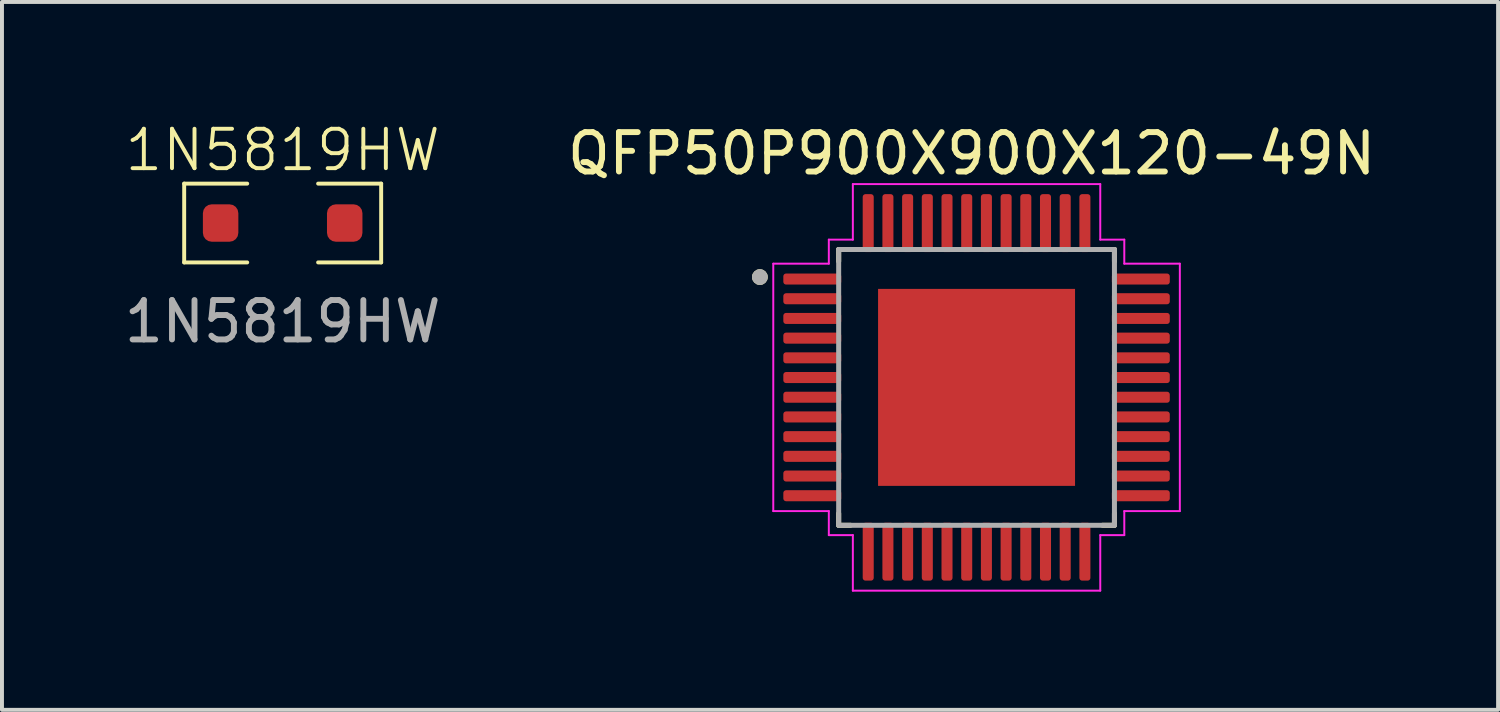
<source format=kicad_pcb>
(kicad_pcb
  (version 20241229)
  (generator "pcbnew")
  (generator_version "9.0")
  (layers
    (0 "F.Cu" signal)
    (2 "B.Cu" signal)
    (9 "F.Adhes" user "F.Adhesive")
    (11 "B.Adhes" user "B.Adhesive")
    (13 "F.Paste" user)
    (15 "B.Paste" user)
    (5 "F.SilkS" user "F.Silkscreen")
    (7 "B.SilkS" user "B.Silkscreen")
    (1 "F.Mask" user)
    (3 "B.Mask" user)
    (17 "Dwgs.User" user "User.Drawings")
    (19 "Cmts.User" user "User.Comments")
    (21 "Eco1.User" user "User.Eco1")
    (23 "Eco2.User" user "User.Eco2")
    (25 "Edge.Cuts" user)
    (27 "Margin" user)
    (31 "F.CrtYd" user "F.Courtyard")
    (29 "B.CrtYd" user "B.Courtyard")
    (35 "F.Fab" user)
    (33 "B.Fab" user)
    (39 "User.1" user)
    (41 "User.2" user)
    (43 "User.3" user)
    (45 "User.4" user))
  (footprint "1N5819HW"
    (layer "F.Cu")
    (at 4.125 2.611)
    (property "Reference" "1N5819HW" (at 0 -1.85 0) (unlocked yes) (layer "F.SilkS") (effects (font (size 1 1) (thickness 0.1))))
    (attr smd)
    (fp_line (start -2.5 -1) (end -2.5 1) (stroke (width 0.1) (type default)) (layer "F.SilkS"))
    (fp_line (start -2.5 -1) (end -0.9 -1) (stroke (width 0.1) (type default)) (layer "F.SilkS"))
    (fp_line (start -2.5 1) (end -0.9 1) (stroke (width 0.1) (type default)) (layer "F.SilkS"))
    (fp_line (start 2.5 -1) (end 0.9 -1) (stroke (width 0.1) (type default)) (layer "F.SilkS"))
    (fp_line (start 2.5 -1) (end 2.5 1) (stroke (width 0.1) (type default)) (layer "F.SilkS"))
    (fp_line (start 2.5 1) (end 0.9 1) (stroke (width 0.1) (type default)) (layer "F.SilkS"))
    (fp_rect (start -2.6 -1.1) (end 2.6 1.1) (stroke (width 0.05) (type default)) (fill no) (layer "Margin"))
    (fp_text user "${REFERENCE}" (at 0 2.5 0) (unlocked yes) (layer "F.Fab") (effects (font (size 1 1) (thickness 0.15))))
    (pad "1" smd roundrect (at 1.575 0) (size 0.9 0.95) (layers "F.Cu" "F.Mask" "F.Paste") (roundrect_rratio 0.25))
    (pad "2" smd roundrect (at -1.575 0) (size 0.9 0.95) (layers "F.Cu" "F.Mask" "F.Paste") (roundrect_rratio 0.25)))
  (footprint "QFP50P900X900X120-49N"
    (layer "F.Cu")
    (at 21.738 6.783)
    (property "Reference" "QFP50P900X900X120-49N" (at -0.125 -5.935 0) (layer "F.SilkS") (effects (font (size 1 1) (thickness 0.15))))
    (attr smd)
    (fp_line (start -3.5 -3.5) (end -3.2 -3.5) (stroke (width 0.127) (type solid)) (layer "F.SilkS"))
    (fp_line (start -3.5 -3.2) (end -3.5 -3.5) (stroke (width 0.127) (type solid)) (layer "F.SilkS"))
    (fp_line (start -3.5 3.5) (end -3.5 3.2) (stroke (width 0.127) (type solid)) (layer "F.SilkS"))
    (fp_line (start -3.2 3.5) (end -3.5 3.5) (stroke (width 0.127) (type solid)) (layer "F.SilkS"))
    (fp_line (start 3.2 -3.5) (end 3.5 -3.5) (stroke (width 0.127) (type solid)) (layer "F.SilkS"))
    (fp_line (start 3.5 -3.5) (end 3.5 -3.2) (stroke (width 0.127) (type solid)) (layer "F.SilkS"))
    (fp_line (start 3.5 3.2) (end 3.5 3.5) (stroke (width 0.127) (type solid)) (layer "F.SilkS"))
    (fp_line (start 3.5 3.5) (end 3.2 3.5) (stroke (width 0.127) (type solid)) (layer "F.SilkS"))
    (fp_circle (center -5.5 -2.8) (end -5.4 -2.8) (stroke (width 0.2) (type solid)) (fill no) (layer "F.SilkS"))
    (fp_poly (pts (xy -2.135 -2.135) (xy -0.365 -2.135) (xy -0.365 -0.365) (xy -2.135 -0.365)) (stroke (width 0.01) (type solid)) (fill yes) (layer "F.Paste"))
    (fp_poly (pts (xy -2.135 0.365) (xy -0.365 0.365) (xy -0.365 2.135) (xy -2.135 2.135)) (stroke (width 0.01) (type solid)) (fill yes) (layer "F.Paste"))
    (fp_poly (pts (xy 0.365 -2.135) (xy 2.135 -2.135) (xy 2.135 -0.365) (xy 0.365 -0.365)) (stroke (width 0.01) (type solid)) (fill yes) (layer "F.Paste"))
    (fp_poly (pts (xy 0.365 0.365) (xy 2.135 0.365) (xy 2.135 2.135) (xy 0.365 2.135)) (stroke (width 0.01) (type solid)) (fill yes) (layer "F.Paste"))
    (fp_line (start -5.16 -3.14) (end -3.75 -3.14) (stroke (width 0.05) (type solid)) (layer "F.CrtYd"))
    (fp_line (start -5.16 3.14) (end -5.16 -3.14) (stroke (width 0.05) (type solid)) (layer "F.CrtYd"))
    (fp_line (start -3.75 -3.75) (end -3.14 -3.75) (stroke (width 0.05) (type solid)) (layer "F.CrtYd"))
    (fp_line (start -3.75 -3.14) (end -3.75 -3.75) (stroke (width 0.05) (type solid)) (layer "F.CrtYd"))
    (fp_line (start -3.75 3.14) (end -5.16 3.14) (stroke (width 0.05) (type solid)) (layer "F.CrtYd"))
    (fp_line (start -3.75 3.75) (end -3.75 3.14) (stroke (width 0.05) (type solid)) (layer "F.CrtYd"))
    (fp_line (start -3.14 -5.16) (end 3.14 -5.16) (stroke (width 0.05) (type solid)) (layer "F.CrtYd"))
    (fp_line (start -3.14 -3.75) (end -3.14 -5.16) (stroke (width 0.05) (type solid)) (layer "F.CrtYd"))
    (fp_line (start -3.14 3.75) (end -3.75 3.75) (stroke (width 0.05) (type solid)) (layer "F.CrtYd"))
    (fp_line (start -3.14 5.16) (end -3.14 3.75) (stroke (width 0.05) (type solid)) (layer "F.CrtYd"))
    (fp_line (start 3.14 -5.16) (end 3.14 -3.75) (stroke (width 0.05) (type solid)) (layer "F.CrtYd"))
    (fp_line (start 3.14 -3.75) (end 3.75 -3.75) (stroke (width 0.05) (type solid)) (layer "F.CrtYd"))
    (fp_line (start 3.14 3.75) (end 3.14 5.16) (stroke (width 0.05) (type solid)) (layer "F.CrtYd"))
    (fp_line (start 3.14 5.16) (end -3.14 5.16) (stroke (width 0.05) (type solid)) (layer "F.CrtYd"))
    (fp_line (start 3.75 -3.75) (end 3.75 -3.14) (stroke (width 0.05) (type solid)) (layer "F.CrtYd"))
    (fp_line (start 3.75 -3.14) (end 5.16 -3.14) (stroke (width 0.05) (type solid)) (layer "F.CrtYd"))
    (fp_line (start 3.75 3.14) (end 3.75 3.75) (stroke (width 0.05) (type solid)) (layer "F.CrtYd"))
    (fp_line (start 3.75 3.75) (end 3.14 3.75) (stroke (width 0.05) (type solid)) (layer "F.CrtYd"))
    (fp_line (start 5.16 -3.14) (end 5.16 3.14) (stroke (width 0.05) (type solid)) (layer "F.CrtYd"))
    (fp_line (start 5.16 3.14) (end 3.75 3.14) (stroke (width 0.05) (type solid)) (layer "F.CrtYd"))
    (fp_line (start -3.5 -3.5) (end 3.5 -3.5) (stroke (width 0.127) (type solid)) (layer "F.Fab"))
    (fp_line (start -3.5 3.5) (end -3.5 -3.5) (stroke (width 0.127) (type solid)) (layer "F.Fab"))
    (fp_line (start 3.5 -3.5) (end 3.5 3.5) (stroke (width 0.127) (type solid)) (layer "F.Fab"))
    (fp_line (start 3.5 3.5) (end -3.5 3.5) (stroke (width 0.127) (type solid)) (layer "F.Fab"))
    (fp_circle (center -5.5 -2.8) (end -5.4 -2.8) (stroke (width 0.2) (type solid)) (fill no) (layer "F.Fab"))
    (pad "1" smd roundrect (at -4.17 -2.75) (size 1.47 0.28) (layers "F.Cu" "F.Mask" "F.Paste") (roundrect_rratio 0.25))
    (pad "2" smd roundrect (at -4.17 -2.25) (size 1.47 0.28) (layers "F.Cu" "F.Mask" "F.Paste") (roundrect_rratio 0.25))
    (pad "3" smd roundrect (at -4.17 -1.75) (size 1.47 0.28) (layers "F.Cu" "F.Mask" "F.Paste") (roundrect_rratio 0.25))
    (pad "4" smd roundrect (at -4.17 -1.25) (size 1.47 0.28) (layers "F.Cu" "F.Mask" "F.Paste") (roundrect_rratio 0.25))
    (pad "5" smd roundrect (at -4.17 -0.75) (size 1.47 0.28) (layers "F.Cu" "F.Mask" "F.Paste") (roundrect_rratio 0.25))
    (pad "6" smd roundrect (at -4.17 -0.25) (size 1.47 0.28) (layers "F.Cu" "F.Mask" "F.Paste") (roundrect_rratio 0.25))
    (pad "7" smd roundrect (at -4.17 0.25) (size 1.47 0.28) (layers "F.Cu" "F.Mask" "F.Paste") (roundrect_rratio 0.25))
    (pad "8" smd roundrect (at -4.17 0.75) (size 1.47 0.28) (layers "F.Cu" "F.Mask" "F.Paste") (roundrect_rratio 0.25))
    (pad "9" smd roundrect (at -4.17 1.25) (size 1.47 0.28) (layers "F.Cu" "F.Mask" "F.Paste") (roundrect_rratio 0.25))
    (pad "10" smd roundrect (at -4.17 1.75) (size 1.47 0.28) (layers "F.Cu" "F.Mask" "F.Paste") (roundrect_rratio 0.25))
    (pad "11" smd roundrect (at -4.17 2.25) (size 1.47 0.28) (layers "F.Cu" "F.Mask" "F.Paste") (roundrect_rratio 0.25))
    (pad "12" smd roundrect (at -4.17 2.75) (size 1.47 0.28) (layers "F.Cu" "F.Mask" "F.Paste") (roundrect_rratio 0.25))
    (pad "13" smd roundrect (at -2.75 4.17) (size 0.28 1.47) (layers "F.Cu" "F.Mask" "F.Paste") (roundrect_rratio 0.25))
    (pad "14" smd roundrect (at -2.25 4.17) (size 0.28 1.47) (layers "F.Cu" "F.Mask" "F.Paste") (roundrect_rratio 0.25))
    (pad "15" smd roundrect (at -1.75 4.17) (size 0.28 1.47) (layers "F.Cu" "F.Mask" "F.Paste") (roundrect_rratio 0.25))
    (pad "16" smd roundrect (at -1.25 4.17) (size 0.28 1.47) (layers "F.Cu" "F.Mask" "F.Paste") (roundrect_rratio 0.25))
    (pad "17" smd roundrect (at -0.75 4.17) (size 0.28 1.47) (layers "F.Cu" "F.Mask" "F.Paste") (roundrect_rratio 0.25))
    (pad "18" smd roundrect (at -0.25 4.17) (size 0.28 1.47) (layers "F.Cu" "F.Mask" "F.Paste") (roundrect_rratio 0.25))
    (pad "19" smd roundrect (at 0.25 4.17) (size 0.28 1.47) (layers "F.Cu" "F.Mask" "F.Paste") (roundrect_rratio 0.25))
    (pad "20" smd roundrect (at 0.75 4.17) (size 0.28 1.47) (layers "F.Cu" "F.Mask" "F.Paste") (roundrect_rratio 0.25))
    (pad "21" smd roundrect (at 1.25 4.17) (size 0.28 1.47) (layers "F.Cu" "F.Mask" "F.Paste") (roundrect_rratio 0.25))
    (pad "22" smd roundrect (at 1.75 4.17) (size 0.28 1.47) (layers "F.Cu" "F.Mask" "F.Paste") (roundrect_rratio 0.25))
    (pad "23" smd roundrect (at 2.25 4.17) (size 0.28 1.47) (layers "F.Cu" "F.Mask" "F.Paste") (roundrect_rratio 0.25))
    (pad "24" smd roundrect (at 2.75 4.17) (size 0.28 1.47) (layers "F.Cu" "F.Mask" "F.Paste") (roundrect_rratio 0.25))
    (pad "25" smd roundrect (at 4.17 2.75) (size 1.47 0.28) (layers "F.Cu" "F.Mask" "F.Paste") (roundrect_rratio 0.25))
    (pad "26" smd roundrect (at 4.17 2.25) (size 1.47 0.28) (layers "F.Cu" "F.Mask" "F.Paste") (roundrect_rratio 0.25))
    (pad "27" smd roundrect (at 4.17 1.75) (size 1.47 0.28) (layers "F.Cu" "F.Mask" "F.Paste") (roundrect_rratio 0.25))
    (pad "28" smd roundrect (at 4.17 1.25) (size 1.47 0.28) (layers "F.Cu" "F.Mask" "F.Paste") (roundrect_rratio 0.25))
    (pad "29" smd roundrect (at 4.17 0.75) (size 1.47 0.28) (layers "F.Cu" "F.Mask" "F.Paste") (roundrect_rratio 0.25))
    (pad "30" smd roundrect (at 4.17 0.25) (size 1.47 0.28) (layers "F.Cu" "F.Mask" "F.Paste") (roundrect_rratio 0.25))
    (pad "31" smd roundrect (at 4.17 -0.25) (size 1.47 0.28) (layers "F.Cu" "F.Mask" "F.Paste") (roundrect_rratio 0.25))
    (pad "32" smd roundrect (at 4.17 -0.75) (size 1.47 0.28) (layers "F.Cu" "F.Mask" "F.Paste") (roundrect_rratio 0.25))
    (pad "33" smd roundrect (at 4.17 -1.25) (size 1.47 0.28) (layers "F.Cu" "F.Mask" "F.Paste") (roundrect_rratio 0.25))
    (pad "34" smd roundrect (at 4.17 -1.75) (size 1.47 0.28) (layers "F.Cu" "F.Mask" "F.Paste") (roundrect_rratio 0.25))
    (pad "35" smd roundrect (at 4.17 -2.25) (size 1.47 0.28) (layers "F.Cu" "F.Mask" "F.Paste") (roundrect_rratio 0.25))
    (pad "36" smd roundrect (at 4.17 -2.75) (size 1.47 0.28) (layers "F.Cu" "F.Mask" "F.Paste") (roundrect_rratio 0.25))
    (pad "37" smd roundrect (at 2.75 -4.17) (size 0.28 1.47) (layers "F.Cu" "F.Mask" "F.Paste") (roundrect_rratio 0.25))
    (pad "38" smd roundrect (at 2.25 -4.17) (size 0.28 1.47) (layers "F.Cu" "F.Mask" "F.Paste") (roundrect_rratio 0.25))
    (pad "39" smd roundrect (at 1.75 -4.17) (size 0.28 1.47) (layers "F.Cu" "F.Mask" "F.Paste") (roundrect_rratio 0.25))
    (pad "40" smd roundrect (at 1.25 -4.17) (size 0.28 1.47) (layers "F.Cu" "F.Mask" "F.Paste") (roundrect_rratio 0.25))
    (pad "41" smd roundrect (at 0.75 -4.17) (size 0.28 1.47) (layers "F.Cu" "F.Mask" "F.Paste") (roundrect_rratio 0.25))
    (pad "42" smd roundrect (at 0.25 -4.17) (size 0.28 1.47) (layers "F.Cu" "F.Mask" "F.Paste") (roundrect_rratio 0.25))
    (pad "43" smd roundrect (at -0.25 -4.17) (size 0.28 1.47) (layers "F.Cu" "F.Mask" "F.Paste") (roundrect_rratio 0.25))
    (pad "44" smd roundrect (at -0.75 -4.17) (size 0.28 1.47) (layers "F.Cu" "F.Mask" "F.Paste") (roundrect_rratio 0.25))
    (pad "45" smd roundrect (at -1.25 -4.17) (size 0.28 1.47) (layers "F.Cu" "F.Mask" "F.Paste") (roundrect_rratio 0.25))
    (pad "46" smd roundrect (at -1.75 -4.17) (size 0.28 1.47) (layers "F.Cu" "F.Mask" "F.Paste") (roundrect_rratio 0.25))
    (pad "47" smd roundrect (at -2.25 -4.17) (size 0.28 1.47) (layers "F.Cu" "F.Mask" "F.Paste") (roundrect_rratio 0.25))
    (pad "48" smd roundrect (at -2.75 -4.17) (size 0.28 1.47) (layers "F.Cu" "F.Mask" "F.Paste") (roundrect_rratio 0.25))
    (pad "49" smd rect (at 0 0) (size 5 5) (layers "F.Cu" "F.Mask")))
  (gr_rect
    (start -3 -3)
    (end 34.976 14.968)
    (stroke (width 0.1) (type default))
    (fill no)
    (layer "Edge.Cuts")))
</source>
